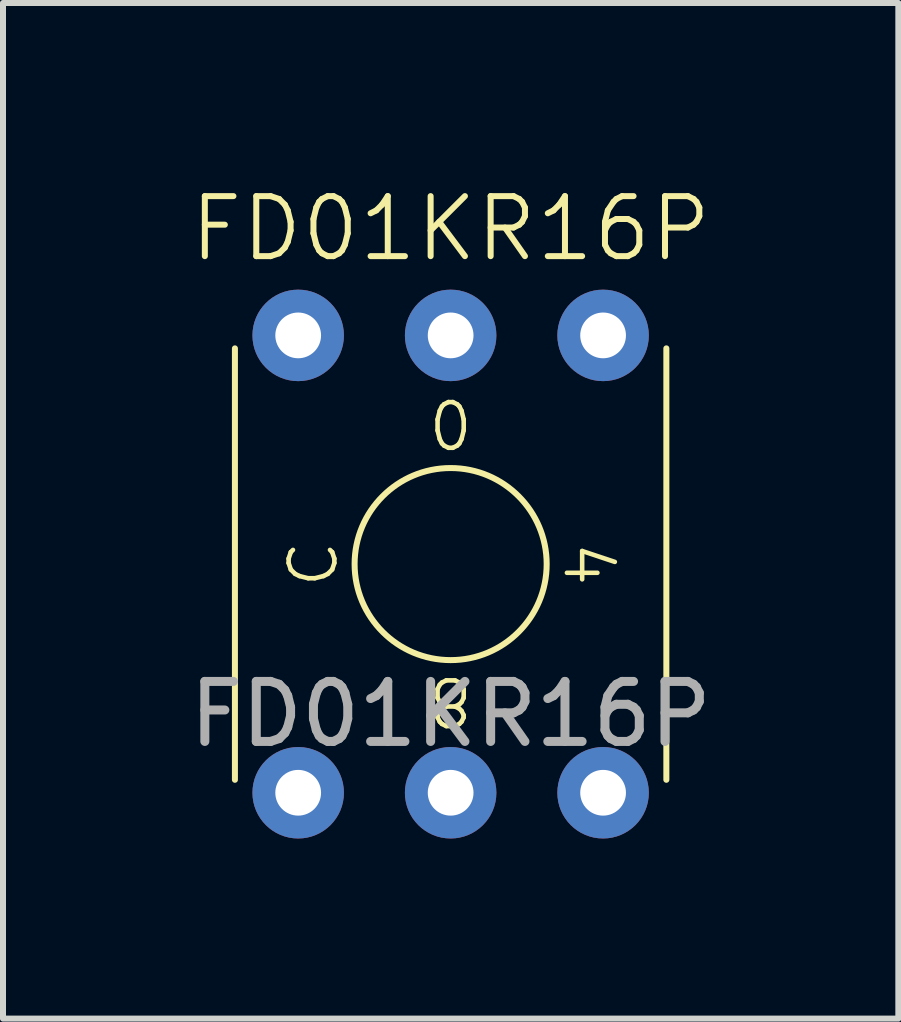
<source format=kicad_pcb>
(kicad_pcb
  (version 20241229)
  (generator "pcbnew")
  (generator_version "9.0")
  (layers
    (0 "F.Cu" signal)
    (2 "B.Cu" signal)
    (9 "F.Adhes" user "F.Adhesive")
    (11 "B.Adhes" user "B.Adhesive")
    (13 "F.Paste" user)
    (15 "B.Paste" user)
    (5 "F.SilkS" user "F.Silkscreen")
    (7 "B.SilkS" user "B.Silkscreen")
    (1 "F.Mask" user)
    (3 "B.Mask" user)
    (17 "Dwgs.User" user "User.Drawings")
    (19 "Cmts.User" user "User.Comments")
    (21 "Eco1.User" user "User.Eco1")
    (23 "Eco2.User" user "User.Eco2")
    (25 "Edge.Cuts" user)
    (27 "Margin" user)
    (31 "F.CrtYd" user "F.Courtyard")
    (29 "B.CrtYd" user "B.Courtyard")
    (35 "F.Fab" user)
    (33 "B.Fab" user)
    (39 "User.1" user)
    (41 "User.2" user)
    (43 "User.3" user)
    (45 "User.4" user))
  (footprint "FD01KR16P"
    (layer "F.Cu")
    (at 4.458 6.348)
    (property "Reference" "FD01KR16P" (at 0 -5.588 0) (unlocked yes) (layer "F.SilkS") (effects (font (size 1 1) (thickness 0.1))))
    (attr through_hole)
    (fp_line (start -3.594 3.594) (end -3.594 -3.594) (stroke (width 0.1) (type default)) (layer "F.SilkS"))
    (fp_line (start 3.594 3.594) (end 3.594 -3.594) (stroke (width 0.1) (type default)) (layer "F.SilkS"))
    (fp_circle (center 0 0) (end 1.6 0) (stroke (width 0.1) (type default)) (fill no) (layer "F.SilkS"))
    (fp_text user "0" (at 0 -2.286 0) (unlocked yes) (layer "F.SilkS") (effects (font (size 0.762 0.762) (thickness 0.076))))
    (fp_text user "8" (at 0 2.286 180) (unlocked yes) (layer "F.SilkS") (effects (font (size 0.762 0.762) (thickness 0.076))))
    (fp_text user "C" (at -2.286 0 90) (unlocked yes) (layer "F.SilkS") (effects (font (size 0.762 0.762) (thickness 0.076))))
    (fp_text user "4" (at 2.286 0 270) (unlocked yes) (layer "F.SilkS") (effects (font (size 0.762 0.762) (thickness 0.076))))
    (fp_text user "${REFERENCE}" (at 0 2.5 0) (unlocked yes) (layer "F.Fab") (effects (font (size 1 1) (thickness 0.15))))
    (pad "1" thru_hole circle (at 2.54 -3.81) (size 1.524 1.524) (drill 0.762) (layers "*.Cu" "*.Mask"))
    (pad "2" thru_hole circle (at -2.54 3.81) (size 1.524 1.524) (drill 0.762) (layers "*.Cu" "*.Mask"))
    (pad "4" thru_hole circle (at -2.54 -3.81) (size 1.524 1.524) (drill 0.762) (layers "*.Cu" "*.Mask"))
    (pad "8" thru_hole circle (at 2.54 3.81) (size 1.524 1.524) (drill 0.762) (layers "*.Cu" "*.Mask"))
    (pad "C" thru_hole circle (at 0 -3.81) (size 1.524 1.524) (drill 0.762) (layers "*.Cu" "*.Mask"))
    (pad "C" thru_hole circle (at 0 3.81) (size 1.524 1.524) (drill 0.762) (layers "*.Cu" "*.Mask")))
  (gr_rect
    (start -3 -3)
    (end 11.917 13.921)
    (stroke (width 0.1) (type default))
    (fill no)
    (layer "Edge.Cuts")))
</source>
